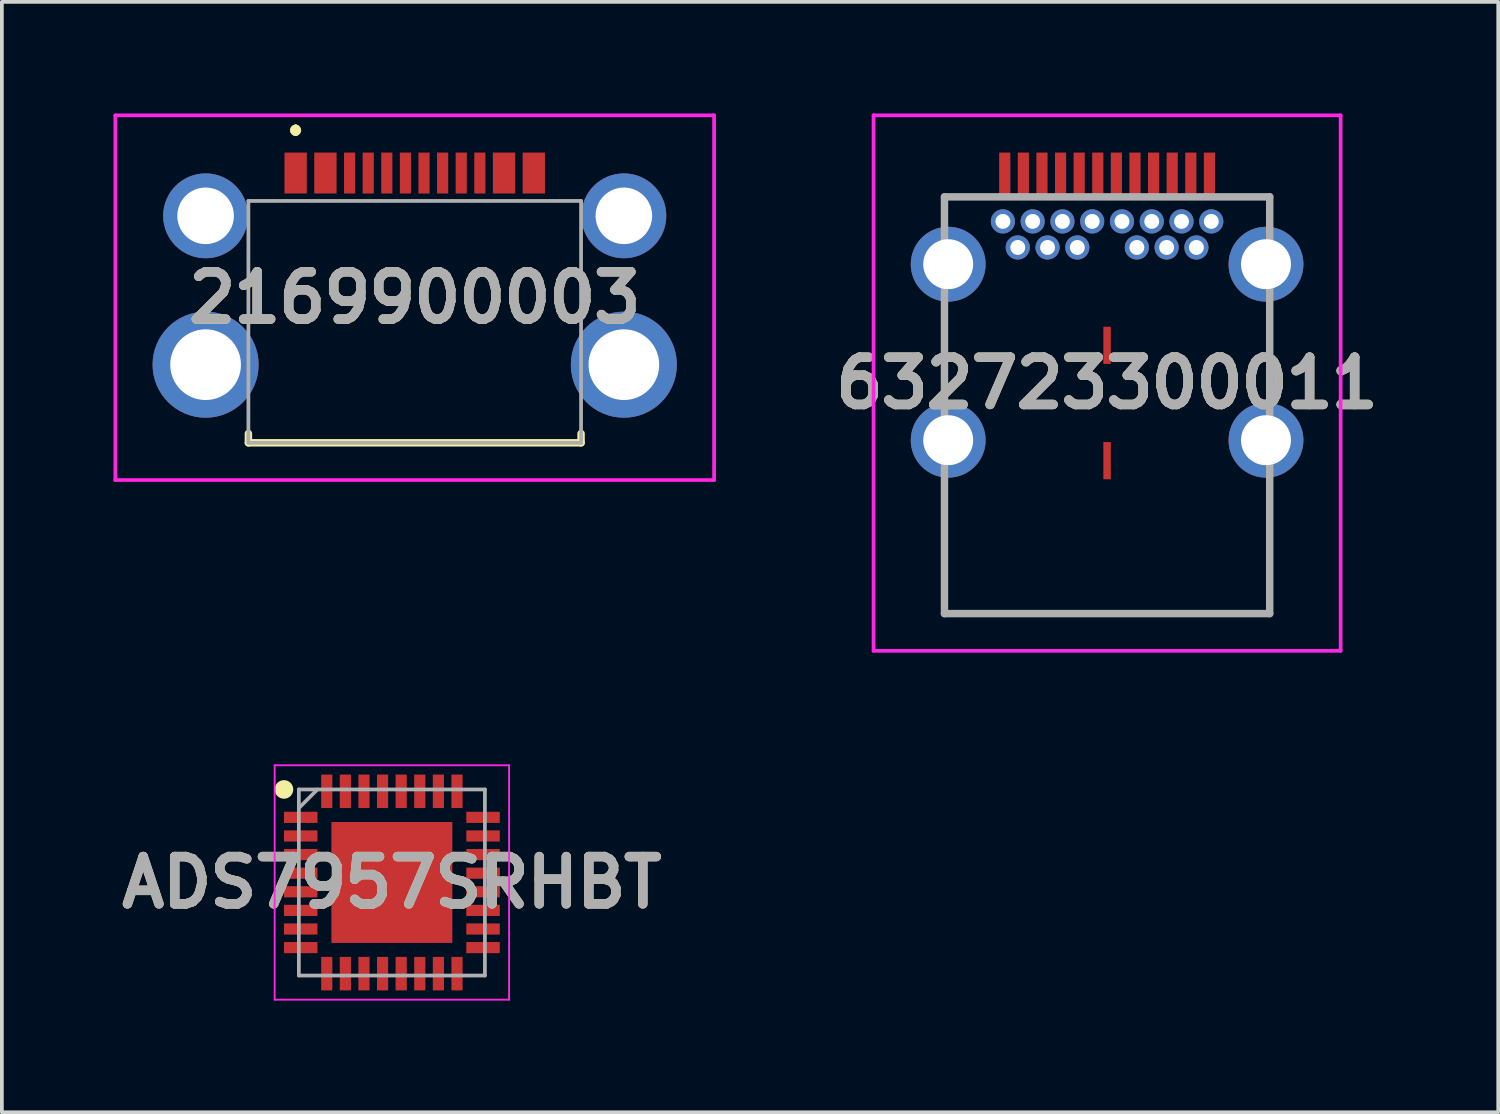
<source format=kicad_pcb>
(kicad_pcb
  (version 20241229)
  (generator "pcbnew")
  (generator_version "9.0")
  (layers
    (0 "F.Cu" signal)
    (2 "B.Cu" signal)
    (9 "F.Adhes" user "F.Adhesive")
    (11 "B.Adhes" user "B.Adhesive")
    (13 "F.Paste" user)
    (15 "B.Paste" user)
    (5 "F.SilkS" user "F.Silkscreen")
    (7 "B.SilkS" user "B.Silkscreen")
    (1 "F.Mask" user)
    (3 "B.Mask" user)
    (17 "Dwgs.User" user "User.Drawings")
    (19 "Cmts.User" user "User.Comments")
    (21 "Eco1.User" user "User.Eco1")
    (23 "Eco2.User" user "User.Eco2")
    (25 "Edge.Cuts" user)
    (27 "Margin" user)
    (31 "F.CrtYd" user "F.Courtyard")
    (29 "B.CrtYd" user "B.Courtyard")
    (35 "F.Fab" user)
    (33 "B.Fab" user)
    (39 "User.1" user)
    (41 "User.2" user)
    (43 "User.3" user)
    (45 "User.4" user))
  (footprint "2169900003"
    (layer "F.Cu")
    (at 8.095 5.6)
    (property "Reference" "2169900003" (at 0 -0.65 0) (layer "F.SilkS") (effects (font (size 1.27 1.27) (thickness 0.254))))
    (attr through_hole)
    (fp_line (start -4.47 3) (end -4.47 3.25) (stroke (width 0.2) (type solid)) (layer "F.SilkS"))
    (fp_line (start -4.47 3.25) (end 4.47 3.25) (stroke (width 0.2) (type solid)) (layer "F.SilkS"))
    (fp_line (start -3.2 -5.2) (end -3.2 -5.2) (stroke (width 0.2) (type solid)) (layer "F.SilkS"))
    (fp_line (start -3.2 -5.2) (end -3.2 -5.2) (stroke (width 0.2) (type solid)) (layer "F.SilkS"))
    (fp_line (start -3.2 -5.1) (end -3.2 -5.1) (stroke (width 0.2) (type solid)) (layer "F.SilkS"))
    (fp_line (start 4.47 3.25) (end 4.47 3) (stroke (width 0.2) (type solid)) (layer "F.SilkS"))
    (fp_arc (start -3.2 -5.2) (mid -3.15 -5.15) (end -3.2 -5.1) (stroke (width 0.2) (type solid)) (layer "F.SilkS"))
    (fp_arc (start -3.2 -5.1) (mid -3.25 -5.15) (end -3.2 -5.2) (stroke (width 0.2) (type solid)) (layer "F.SilkS"))
    (fp_arc (start -3.2 -5.1) (mid -3.25 -5.15) (end -3.2 -5.2) (stroke (width 0.2) (type solid)) (layer "F.SilkS"))
    (fp_line (start -8.045 -5.55) (end 8.045 -5.55) (stroke (width 0.1) (type solid)) (layer "F.CrtYd"))
    (fp_line (start -8.045 4.25) (end -8.045 -5.55) (stroke (width 0.1) (type solid)) (layer "F.CrtYd"))
    (fp_line (start 8.045 -5.55) (end 8.045 4.25) (stroke (width 0.1) (type solid)) (layer "F.CrtYd"))
    (fp_line (start 8.045 4.25) (end -8.045 4.25) (stroke (width 0.1) (type solid)) (layer "F.CrtYd"))
    (fp_line (start -4.47 -3.25) (end -4.47 3.25) (stroke (width 0.1) (type solid)) (layer "F.Fab"))
    (fp_line (start -4.47 3.25) (end 4.47 3.25) (stroke (width 0.1) (type solid)) (layer "F.Fab"))
    (fp_line (start 4.47 -3.25) (end -4.47 -3.25) (stroke (width 0.1) (type solid)) (layer "F.Fab"))
    (fp_line (start 4.47 3.25) (end 4.47 -3.25) (stroke (width 0.1) (type solid)) (layer "F.Fab"))
    (fp_text user "${REFERENCE}" (at 0 -0.65 0) (layer "F.Fab") (effects (font (size 1.27 1.27) (thickness 0.254))))
    (pad "A1" smd rect (at -3.2 -4) (size 0.6 1.1) (layers "F.Cu" "F.Mask" "F.Paste"))
    (pad "A4" smd rect (at -2.4 -4) (size 0.6 1.1) (layers "F.Cu" "F.Mask" "F.Paste"))
    (pad "A5" smd rect (at -1.25 -4) (size 0.3 1.1) (layers "F.Cu" "F.Mask" "F.Paste"))
    (pad "A6" smd rect (at -0.25 -4) (size 0.3 1.1) (layers "F.Cu" "F.Mask" "F.Paste"))
    (pad "A7" smd rect (at 0.25 -4) (size 0.3 1.1) (layers "F.Cu" "F.Mask" "F.Paste"))
    (pad "A8" smd rect (at 1.25 -4) (size 0.3 1.1) (layers "F.Cu" "F.Mask" "F.Paste"))
    (pad "A9" smd rect (at 2.4 -4) (size 0.6 1.1) (layers "F.Cu" "F.Mask" "F.Paste"))
    (pad "A12" smd rect (at 3.2 -4) (size 0.6 1.1) (layers "F.Cu" "F.Mask" "F.Paste"))
    (pad "B5" smd rect (at 1.75 -4) (size 0.3 1.1) (layers "F.Cu" "F.Mask" "F.Paste"))
    (pad "B6" smd rect (at 0.75 -4) (size 0.3 1.1) (layers "F.Cu" "F.Mask" "F.Paste"))
    (pad "B7" smd rect (at -0.75 -4) (size 0.3 1.1) (layers "F.Cu" "F.Mask" "F.Paste"))
    (pad "B8" smd rect (at -1.75 -4) (size 0.3 1.1) (layers "F.Cu" "F.Mask" "F.Paste"))
    (pad "MH1" thru_hole circle (at -5.62 -2.85) (size 2.28 2.28) (drill 1.52) (layers "*.Cu" "*.Mask"))
    (pad "MH2" thru_hole circle (at -5.62 1.15) (size 2.85 2.85) (drill 1.9) (layers "*.Cu" "*.Mask"))
    (pad "MH3" thru_hole circle (at 5.62 1.15) (size 2.85 2.85) (drill 1.9) (layers "*.Cu" "*.Mask"))
    (pad "MH4" thru_hole circle (at 5.62 -2.85) (size 2.28 2.28) (drill 1.52) (layers "*.Cu" "*.Mask")))
  (footprint "ADS7957SRHBT"
    (layer "F.Cu")
    (at 7.481 20.665)
    (property "Reference" "ADS7957SRHBT" (at 0 0 0) (layer "F.SilkS") (effects (font (size 1.27 1.27) (thickness 0.254))))
    (attr smd)
    (fp_circle (center -2.9 -2.5) (end -2.9 -2.375) (stroke (width 0.25) (type solid)) (fill no) (layer "F.SilkS"))
    (fp_line (start -3.15 -3.15) (end 3.15 -3.15) (stroke (width 0.05) (type solid)) (layer "F.CrtYd"))
    (fp_line (start -3.15 3.15) (end -3.15 -3.15) (stroke (width 0.05) (type solid)) (layer "F.CrtYd"))
    (fp_line (start 3.15 -3.15) (end 3.15 3.15) (stroke (width 0.05) (type solid)) (layer "F.CrtYd"))
    (fp_line (start 3.15 3.15) (end -3.15 3.15) (stroke (width 0.05) (type solid)) (layer "F.CrtYd"))
    (fp_line (start -2.5 -2.5) (end 2.5 -2.5) (stroke (width 0.1) (type solid)) (layer "F.Fab"))
    (fp_line (start -2.5 -2) (end -2 -2.5) (stroke (width 0.1) (type solid)) (layer "F.Fab"))
    (fp_line (start -2.5 2.5) (end -2.5 -2.5) (stroke (width 0.1) (type solid)) (layer "F.Fab"))
    (fp_line (start 2.5 -2.5) (end 2.5 2.5) (stroke (width 0.1) (type solid)) (layer "F.Fab"))
    (fp_line (start 2.5 2.5) (end -2.5 2.5) (stroke (width 0.1) (type solid)) (layer "F.Fab"))
    (fp_text user "${REFERENCE}" (at 0 0 0) (layer "F.Fab") (effects (font (size 1.27 1.27) (thickness 0.254))))
    (pad "1" smd rect (at -2.45 -1.75 90) (size 0.3 0.9) (layers "F.Cu" "F.Mask" "F.Paste"))
    (pad "2" smd rect (at -2.45 -1.25 90) (size 0.3 0.9) (layers "F.Cu" "F.Mask" "F.Paste"))
    (pad "3" smd rect (at -2.45 -0.75 90) (size 0.3 0.9) (layers "F.Cu" "F.Mask" "F.Paste"))
    (pad "4" smd rect (at -2.45 -0.25 90) (size 0.3 0.9) (layers "F.Cu" "F.Mask" "F.Paste"))
    (pad "5" smd rect (at -2.45 0.25 90) (size 0.3 0.9) (layers "F.Cu" "F.Mask" "F.Paste"))
    (pad "6" smd rect (at -2.45 0.75 90) (size 0.3 0.9) (layers "F.Cu" "F.Mask" "F.Paste"))
    (pad "7" smd rect (at -2.45 1.25 90) (size 0.3 0.9) (layers "F.Cu" "F.Mask" "F.Paste"))
    (pad "8" smd rect (at -2.45 1.75 90) (size 0.3 0.9) (layers "F.Cu" "F.Mask" "F.Paste"))
    (pad "9" smd rect (at -1.75 2.45) (size 0.3 0.9) (layers "F.Cu" "F.Mask" "F.Paste"))
    (pad "10" smd rect (at -1.25 2.45) (size 0.3 0.9) (layers "F.Cu" "F.Mask" "F.Paste"))
    (pad "11" smd rect (at -0.75 2.45) (size 0.3 0.9) (layers "F.Cu" "F.Mask" "F.Paste"))
    (pad "12" smd rect (at -0.25 2.45) (size 0.3 0.9) (layers "F.Cu" "F.Mask" "F.Paste"))
    (pad "13" smd rect (at 0.25 2.45) (size 0.3 0.9) (layers "F.Cu" "F.Mask" "F.Paste"))
    (pad "14" smd rect (at 0.75 2.45) (size 0.3 0.9) (layers "F.Cu" "F.Mask" "F.Paste"))
    (pad "15" smd rect (at 1.25 2.45) (size 0.3 0.9) (layers "F.Cu" "F.Mask" "F.Paste"))
    (pad "16" smd rect (at 1.75 2.45) (size 0.3 0.9) (layers "F.Cu" "F.Mask" "F.Paste"))
    (pad "17" smd rect (at 2.45 1.75 90) (size 0.3 0.9) (layers "F.Cu" "F.Mask" "F.Paste"))
    (pad "18" smd rect (at 2.45 1.25 90) (size 0.3 0.9) (layers "F.Cu" "F.Mask" "F.Paste"))
    (pad "19" smd rect (at 2.45 0.75 90) (size 0.3 0.9) (layers "F.Cu" "F.Mask" "F.Paste"))
    (pad "20" smd rect (at 2.45 0.25 90) (size 0.3 0.9) (layers "F.Cu" "F.Mask" "F.Paste"))
    (pad "21" smd rect (at 2.45 -0.25 90) (size 0.3 0.9) (layers "F.Cu" "F.Mask" "F.Paste"))
    (pad "22" smd rect (at 2.45 -0.75 90) (size 0.3 0.9) (layers "F.Cu" "F.Mask" "F.Paste"))
    (pad "23" smd rect (at 2.45 -1.25 90) (size 0.3 0.9) (layers "F.Cu" "F.Mask" "F.Paste"))
    (pad "24" smd rect (at 2.45 -1.75 90) (size 0.3 0.9) (layers "F.Cu" "F.Mask" "F.Paste"))
    (pad "25" smd rect (at 1.75 -2.45) (size 0.3 0.9) (layers "F.Cu" "F.Mask" "F.Paste"))
    (pad "26" smd rect (at 1.25 -2.45) (size 0.3 0.9) (layers "F.Cu" "F.Mask" "F.Paste"))
    (pad "27" smd rect (at 0.75 -2.45) (size 0.3 0.9) (layers "F.Cu" "F.Mask" "F.Paste"))
    (pad "28" smd rect (at 0.25 -2.45) (size 0.3 0.9) (layers "F.Cu" "F.Mask" "F.Paste"))
    (pad "29" smd rect (at -0.25 -2.45) (size 0.3 0.9) (layers "F.Cu" "F.Mask" "F.Paste"))
    (pad "30" smd rect (at -0.75 -2.45) (size 0.3 0.9) (layers "F.Cu" "F.Mask" "F.Paste"))
    (pad "31" smd rect (at -1.25 -2.45) (size 0.3 0.9) (layers "F.Cu" "F.Mask" "F.Paste"))
    (pad "32" smd rect (at -1.75 -2.45) (size 0.3 0.9) (layers "F.Cu" "F.Mask" "F.Paste"))
    (pad "33" smd rect (at 0 0) (size 3.25 3.25) (layers "F.Cu" "F.Mask" "F.Paste")))
  (footprint "632723300011"
    (layer "F.Cu")
    (at 26.701 7.545)
    (property "Reference" "632723300011" (at 0 -0.3 0) (layer "F.SilkS") (effects (font (size 1.27 1.27) (thickness 0.254))))
    (attr through_hole)
    (fp_line (start -4.37 -5.305) (end -3.5 -5.305) (stroke (width 0.1) (type solid)) (layer "F.SilkS"))
    (fp_line (start -4.37 -4.805) (end -4.37 -5.305) (stroke (width 0.1) (type solid)) (layer "F.SilkS"))
    (fp_line (start -4.37 -0.305) (end -4.37 -1.805) (stroke (width 0.1) (type solid)) (layer "F.SilkS"))
    (fp_line (start -4.37 2.695) (end -4.37 5.895) (stroke (width 0.1) (type solid)) (layer "F.SilkS"))
    (fp_line (start -4.37 5.895) (end 4.37 5.895) (stroke (width 0.1) (type solid)) (layer "F.SilkS"))
    (fp_line (start 4.37 -5.305) (end 3.5 -5.305) (stroke (width 0.1) (type solid)) (layer "F.SilkS"))
    (fp_line (start 4.37 -4.805) (end 4.37 -5.305) (stroke (width 0.1) (type solid)) (layer "F.SilkS"))
    (fp_line (start 4.37 -0.305) (end 4.37 -1.805) (stroke (width 0.1) (type solid)) (layer "F.SilkS"))
    (fp_line (start 4.37 5.895) (end 4.37 2.695) (stroke (width 0.1) (type solid)) (layer "F.SilkS"))
    (fp_line (start -6.276 -7.495) (end 6.276 -7.495) (stroke (width 0.1) (type solid)) (layer "F.CrtYd"))
    (fp_line (start -6.276 6.895) (end -6.276 -7.495) (stroke (width 0.1) (type solid)) (layer "F.CrtYd"))
    (fp_line (start 6.276 -7.495) (end 6.276 6.895) (stroke (width 0.1) (type solid)) (layer "F.CrtYd"))
    (fp_line (start 6.276 6.895) (end -6.276 6.895) (stroke (width 0.1) (type solid)) (layer "F.CrtYd"))
    (fp_line (start -4.37 -5.305) (end 4.37 -5.305) (stroke (width 0.2) (type solid)) (layer "F.Fab"))
    (fp_line (start -4.37 5.895) (end -4.37 -5.305) (stroke (width 0.2) (type solid)) (layer "F.Fab"))
    (fp_line (start 4.37 -5.305) (end 4.37 5.895) (stroke (width 0.2) (type solid)) (layer "F.Fab"))
    (fp_line (start 4.37 5.895) (end -4.37 5.895) (stroke (width 0.2) (type solid)) (layer "F.Fab"))
    (fp_text user "${REFERENCE}" (at 0 -0.3 0) (layer "F.Fab") (effects (font (size 1.27 1.27) (thickness 0.254))))
    (pad "1" thru_hole circle (at 2 -4.645) (size 0.65 0.65) (drill 0.4) (layers "*.Cu" "*.Mask"))
    (pad "2" thru_hole circle (at -2 -4.645) (size 0.65 0.65) (drill 0.4) (layers "*.Cu" "*.Mask"))
    (pad "3" thru_hole circle (at 4.27 -3.495) (size 2.012 2.012) (drill 1.342) (layers "*.Cu" "*.Mask"))
    (pad "4" thru_hole circle (at -4.27 -3.495) (size 2.012 2.012) (drill 1.342) (layers "*.Cu" "*.Mask"))
    (pad "5" thru_hole circle (at 4.27 1.235) (size 2.012 2.012) (drill 1.342) (layers "*.Cu" "*.Mask"))
    (pad "6" thru_hole circle (at -4.27 1.235) (size 2.012 2.012) (drill 1.342) (layers "*.Cu" "*.Mask"))
    (pad "7" smd rect (at 0 -1.315) (size 0.2 1) (layers "F.Cu" "F.Mask" "F.Paste"))
    (pad "8" smd rect (at 0 1.785) (size 0.2 1) (layers "F.Cu" "F.Mask" "F.Paste"))
    (pad "A1" smd rect (at -2.75 -5.895) (size 0.3 1.2) (layers "F.Cu" "F.Mask" "F.Paste"))
    (pad "A2" smd rect (at -2.25 -5.895) (size 0.3 1.2) (layers "F.Cu" "F.Mask" "F.Paste"))
    (pad "A3" smd rect (at -1.75 -5.895) (size 0.3 1.2) (layers "F.Cu" "F.Mask" "F.Paste"))
    (pad "A4" smd rect (at -1.25 -5.895) (size 0.3 1.2) (layers "F.Cu" "F.Mask" "F.Paste"))
    (pad "A5" smd rect (at -0.75 -5.895) (size 0.3 1.2) (layers "F.Cu" "F.Mask" "F.Paste"))
    (pad "A6" smd rect (at -0.25 -5.895) (size 0.3 1.2) (layers "F.Cu" "F.Mask" "F.Paste"))
    (pad "A7" smd rect (at 0.25 -5.895) (size 0.3 1.2) (layers "F.Cu" "F.Mask" "F.Paste"))
    (pad "A8" smd rect (at 0.75 -5.895) (size 0.3 1.2) (layers "F.Cu" "F.Mask" "F.Paste"))
    (pad "A9" smd rect (at 1.25 -5.895) (size 0.3 1.2) (layers "F.Cu" "F.Mask" "F.Paste"))
    (pad "A10" smd rect (at 1.75 -5.895) (size 0.3 1.2) (layers "F.Cu" "F.Mask" "F.Paste"))
    (pad "A11" smd rect (at 2.25 -5.895) (size 0.3 1.2) (layers "F.Cu" "F.Mask" "F.Paste"))
    (pad "A12" smd rect (at 2.75 -5.895) (size 0.3 1.2) (layers "F.Cu" "F.Mask" "F.Paste"))
    (pad "B1" thru_hole circle (at 2.8 -4.645) (size 0.65 0.65) (drill 0.4) (layers "*.Cu" "*.Mask"))
    (pad "B2" thru_hole circle (at 2.4 -3.945) (size 0.65 0.65) (drill 0.4) (layers "*.Cu" "*.Mask"))
    (pad "B3" thru_hole circle (at 1.6 -3.945) (size 0.65 0.65) (drill 0.4) (layers "*.Cu" "*.Mask"))
    (pad "B4" thru_hole circle (at 1.2 -4.645) (size 0.65 0.65) (drill 0.4) (layers "*.Cu" "*.Mask"))
    (pad "B5" thru_hole circle (at 0.8 -3.945) (size 0.65 0.65) (drill 0.4) (layers "*.Cu" "*.Mask"))
    (pad "B6" thru_hole circle (at 0.4 -4.645) (size 0.65 0.65) (drill 0.4) (layers "*.Cu" "*.Mask"))
    (pad "B7" thru_hole circle (at -0.4 -4.645) (size 0.65 0.65) (drill 0.4) (layers "*.Cu" "*.Mask"))
    (pad "B8" thru_hole circle (at -0.8 -3.945) (size 0.65 0.65) (drill 0.4) (layers "*.Cu" "*.Mask"))
    (pad "B9" thru_hole circle (at -1.2 -4.645) (size 0.65 0.65) (drill 0.4) (layers "*.Cu" "*.Mask"))
    (pad "B10" thru_hole circle (at -1.6 -3.945) (size 0.65 0.65) (drill 0.4) (layers "*.Cu" "*.Mask"))
    (pad "B11" thru_hole circle (at -2.4 -3.945) (size 0.65 0.65) (drill 0.4) (layers "*.Cu" "*.Mask"))
    (pad "B12" thru_hole circle (at -2.8 -4.645) (size 0.65 0.65) (drill 0.4) (layers "*.Cu" "*.Mask")))
  (gr_rect
    (start -3 -3)
    (end 37.212 26.84)
    (stroke (width 0.1) (type default))
    (fill no)
    (layer "Edge.Cuts")))
</source>
